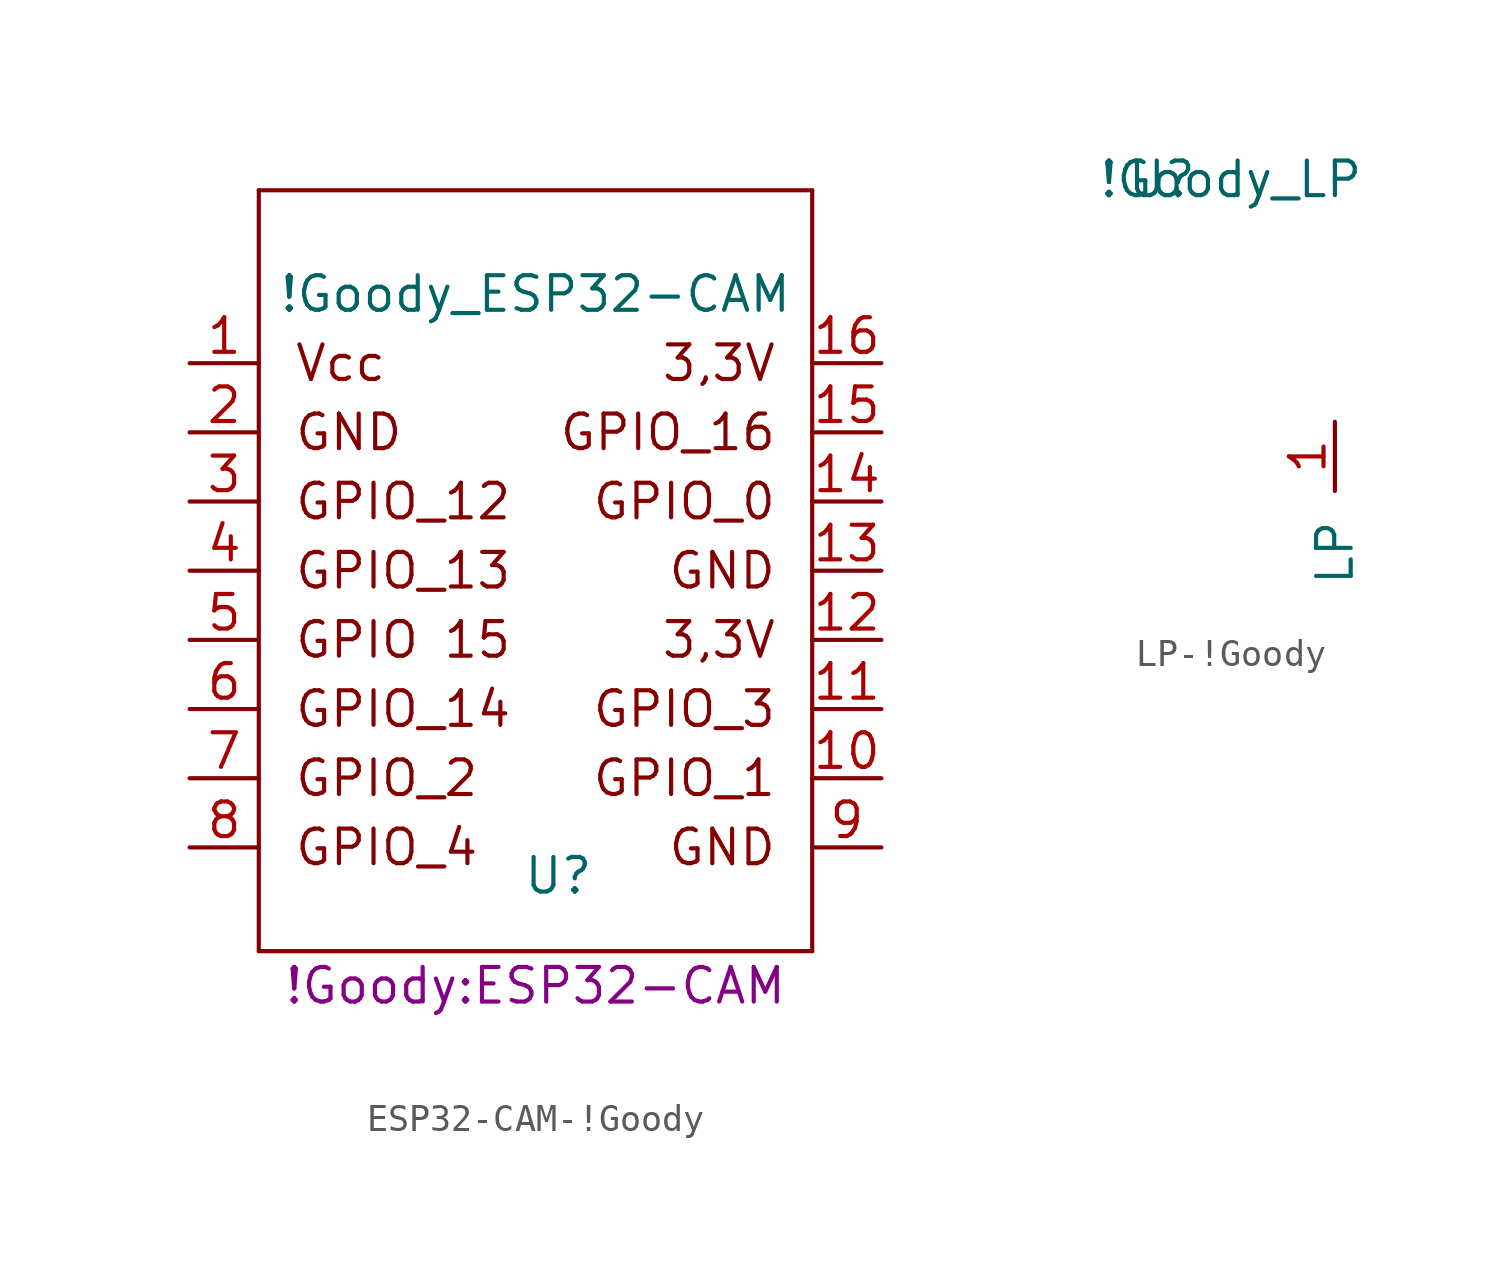
<source format=kicad_sym>
(kicad_symbol_lib
  (version 20231120)
  (generator "kicad_symbol_editor")
  (generator_version "8.0")
  (symbol "ESP32-CAM-!Goody"
    (pin_names
      (offset 1.016) hide)
    (property "Reference" "U"
      (at 13.538 -18.821 0)
      (effects (font (size 1.27 1.27))))
    (property "Value" "!Goody_ESP32-CAM"
      (at 12.7 2.54 0)
      (effects (font (size 1.27 1.27))))
    (property "Footprint" "!Goody:ESP32-CAM"
      (at 12.7 -22.86 0)
      (effects (font (size 1.27 1.27))))
    (symbol "ESP32-CAM-!Goody_0_0"
      (text "3,3V" (at 21.59 -10.16 0) (effects (font (size 1.27 1.27)) (justify right)))
      (text "3,3V" (at 21.59 0 0) (effects (font (size 1.27 1.27)) (justify right)))
      (text "GND" (at 3.81 -2.54 0) (effects (font (size 1.27 1.27)) (justify left)))
      (text "GND" (at 21.59 -17.78 0) (effects (font (size 1.27 1.27)) (justify right)))
      (text "GND" (at 21.59 -7.62 0) (effects (font (size 1.27 1.27)) (justify right)))
      (text "GPIO 15" (at 3.81 -10.16 0) (effects (font (size 1.27 1.27)) (justify left)))
      (text "GPIO_0" (at 21.59 -5.08 0) (effects (font (size 1.27 1.27)) (justify right)))
      (text "GPIO_1" (at 21.59 -15.24 0) (effects (font (size 1.27 1.27)) (justify right)))
      (text "GPIO_12" (at 3.81 -5.08 0) (effects (font (size 1.27 1.27)) (justify left)))
      (text "GPIO_13" (at 3.81 -7.62 0) (effects (font (size 1.27 1.27)) (justify left)))
      (text "GPIO_14" (at 3.81 -12.7 0) (effects (font (size 1.27 1.27)) (justify left)))
      (text "GPIO_16" (at 21.59 -2.54 0) (effects (font (size 1.27 1.27)) (justify right)))
      (text "GPIO_2" (at 3.81 -15.24 0) (effects (font (size 1.27 1.27)) (justify left)))
      (text "GPIO_3" (at 21.59 -12.7 0) (effects (font (size 1.27 1.27)) (justify right)))
      (text "GPIO_4" (at 3.81 -17.78 0) (effects (font (size 1.27 1.27)) (justify left)))
      (text "Vcc" (at 3.81 0 0) (effects (font (size 1.27 1.27)) (justify left))))
    (symbol "ESP32-CAM-!Goody_0_1"
      (rectangle (start 2.54 -21.59) (end 2.54 6.35) (stroke (width 0) (type solid)) (fill (type none)))
      (rectangle (start 2.54 6.35) (end 22.86 6.35) (stroke (width 0) (type solid)) (fill (type none)))
      (rectangle (start 22.86 -21.59) (end 2.54 -21.59) (stroke (width 0) (type solid)) (fill (type none)))
      (rectangle (start 22.86 6.35) (end 22.86 -21.59) (stroke (width 0) (type solid)) (fill (type none))))
    (symbol "ESP32-CAM-!Goody_1_1"
      (pin passive line (at 0 0 0) (length 2.54) (name "Vcc" (effects (font (size 1.27 1.27)))) (number "1" (effects (font (size 1.27 1.27)))))
      (pin passive line (at 25.4 -15.24 180) (length 2.54) (name "GPIO_1" (effects (font (size 1.27 1.27)))) (number "10" (effects (font (size 1.27 1.27)))))
      (pin passive line (at 25.4 -12.7 180) (length 2.54) (name "GPIO_3" (effects (font (size 1.27 1.27)))) (number "11" (effects (font (size 1.27 1.27)))))
      (pin passive line (at 25.4 -10.16 180) (length 2.54) (name "3,3V" (effects (font (size 1.27 1.27)))) (number "12" (effects (font (size 1.27 1.27)))))
      (pin passive line (at 25.4 -7.62 180) (length 2.54) (name "GND" (effects (font (size 1.27 1.27)))) (number "13" (effects (font (size 1.27 1.27)))))
      (pin passive line (at 25.4 -5.08 180) (length 2.54) (name "GPIO_0" (effects (font (size 1.27 1.27)))) (number "14" (effects (font (size 1.27 1.27)))))
      (pin passive line (at 25.4 -2.54 180) (length 2.54) (name "GPIO_16" (effects (font (size 1.27 1.27)))) (number "15" (effects (font (size 1.27 1.27)))))
      (pin passive line (at 25.4 0 180) (length 2.54) (name "3,3V" (effects (font (size 1.27 1.27)))) (number "16" (effects (font (size 1.27 1.27)))))
      (pin passive line (at 0 -2.54 0) (length 2.54) (name "GND" (effects (font (size 1.27 1.27)))) (number "2" (effects (font (size 1.27 1.27)))))
      (pin passive line (at 0 -5.08 0) (length 2.54) (name "GPIO_12" (effects (font (size 1.27 1.27)))) (number "3" (effects (font (size 1.27 1.27)))))
      (pin passive line (at 0 -7.62 0) (length 2.54) (name "GPIO_13" (effects (font (size 1.27 1.27)))) (number "4" (effects (font (size 1.27 1.27)))))
      (pin passive line (at 0 -10.16 0) (length 2.54) (name "GPIO_15" (effects (font (size 1.27 1.27)))) (number "5" (effects (font (size 1.27 1.27)))))
      (pin passive line (at 0 -12.7 0) (length 2.54) (name "GPIO_14" (effects (font (size 1.27 1.27)))) (number "6" (effects (font (size 1.27 1.27)))))
      (pin passive line (at 0 -15.24 0) (length 2.54) (name "GPIO_2" (effects (font (size 1.27 1.27)))) (number "7" (effects (font (size 1.27 1.27)))))
      (pin passive line (at 0 -17.78 0) (length 2.54) (name "GPIO_4" (effects (font (size 1.27 1.27)))) (number "8" (effects (font (size 1.27 1.27)))))
      (pin passive line (at 25.4 -17.78 180) (length 2.54) (name "GND" (effects (font (size 1.27 1.27)))) (number "9" (effects (font (size 1.27 1.27)))))))
  (symbol "LP-!Goody"
    (pin_names
      (offset 1.016))
    (property "Reference" "U"
      (at -6.35 8.89 0)
      (effects (font (size 1.27 1.27))))
    (property "Value" "!Goody_LP"
      (at -3.81 8.89 0)
      (effects (font (size 1.27 1.27))))
    (symbol "LP-!Goody_1_1"
      (pin passive line (at 0 0 270) (length 2.54) (name "LP" (effects (font (size 1.27 1.27)))) (number "1" (effects (font (size 1.27 1.27))))))))
</source>
